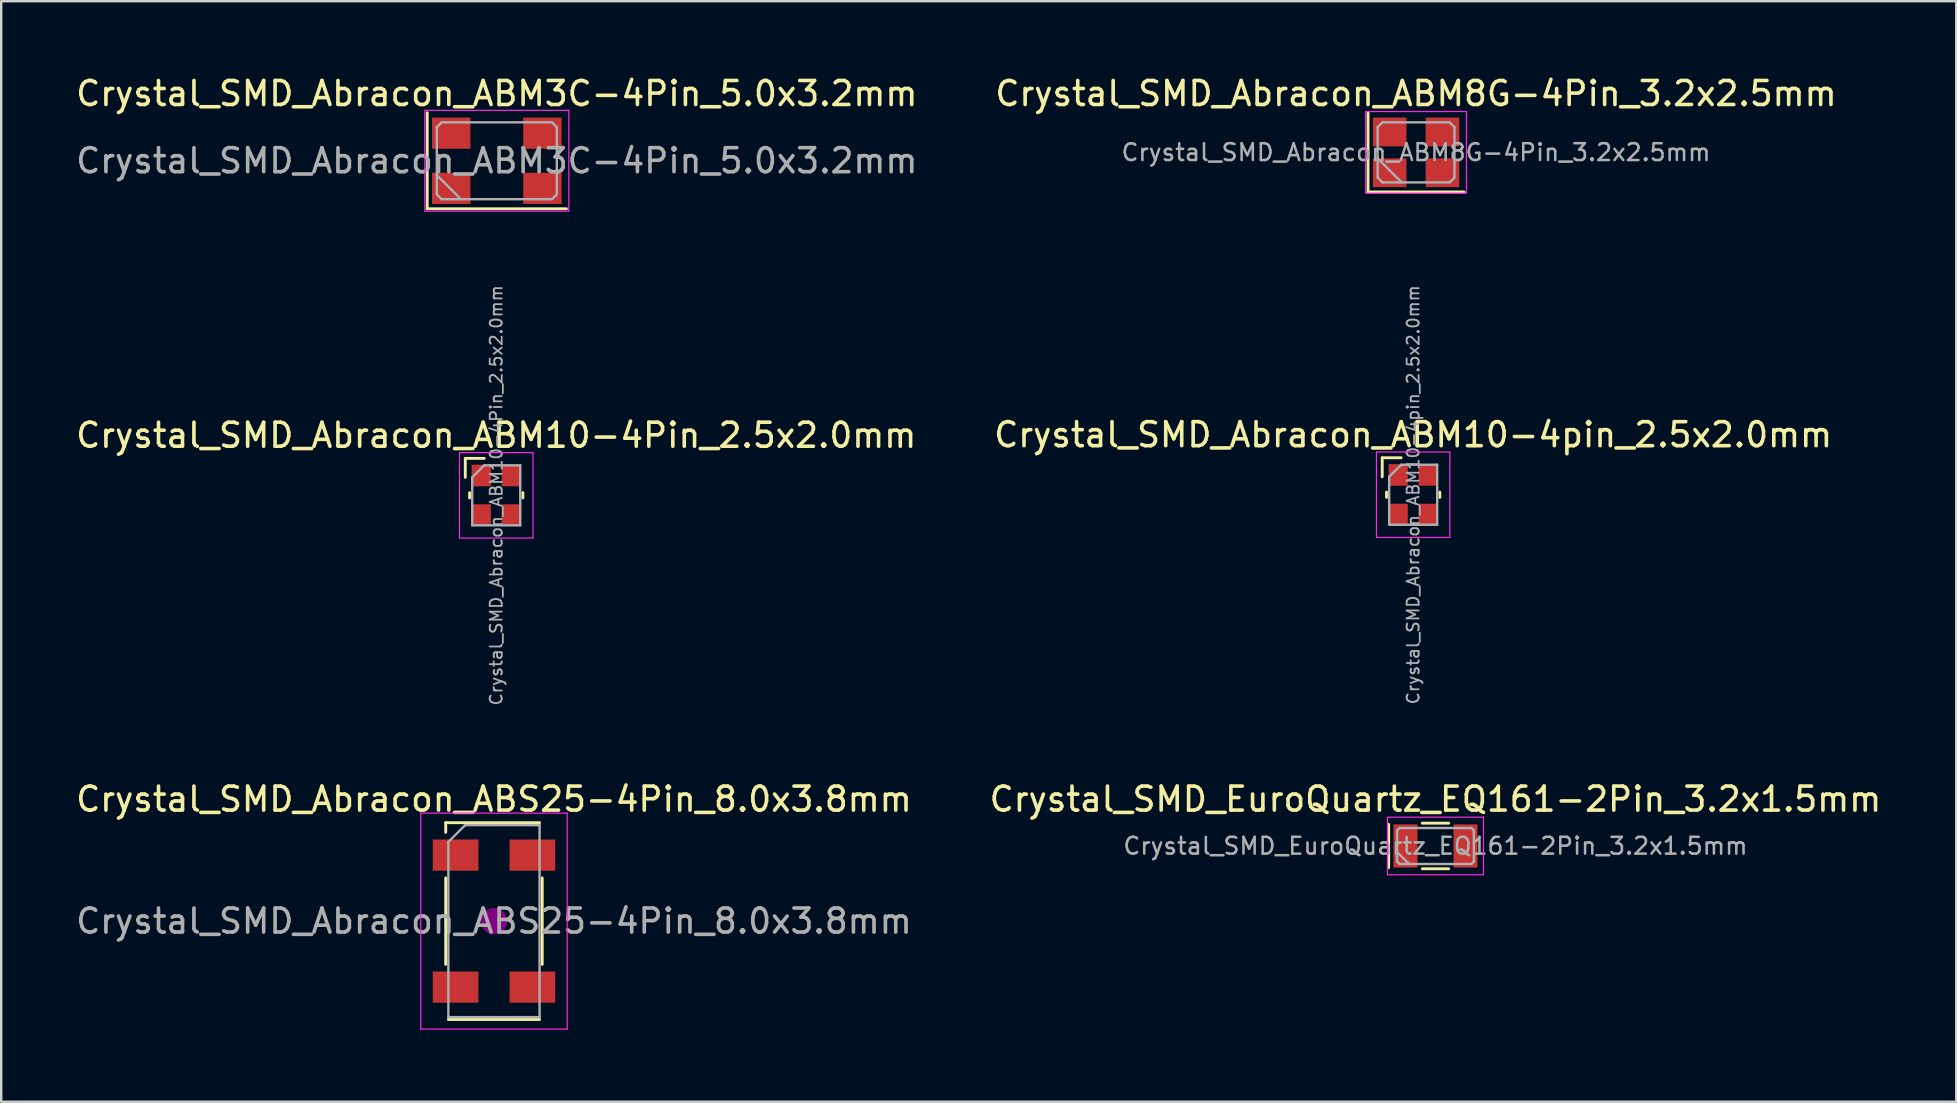
<source format=kicad_pcb>
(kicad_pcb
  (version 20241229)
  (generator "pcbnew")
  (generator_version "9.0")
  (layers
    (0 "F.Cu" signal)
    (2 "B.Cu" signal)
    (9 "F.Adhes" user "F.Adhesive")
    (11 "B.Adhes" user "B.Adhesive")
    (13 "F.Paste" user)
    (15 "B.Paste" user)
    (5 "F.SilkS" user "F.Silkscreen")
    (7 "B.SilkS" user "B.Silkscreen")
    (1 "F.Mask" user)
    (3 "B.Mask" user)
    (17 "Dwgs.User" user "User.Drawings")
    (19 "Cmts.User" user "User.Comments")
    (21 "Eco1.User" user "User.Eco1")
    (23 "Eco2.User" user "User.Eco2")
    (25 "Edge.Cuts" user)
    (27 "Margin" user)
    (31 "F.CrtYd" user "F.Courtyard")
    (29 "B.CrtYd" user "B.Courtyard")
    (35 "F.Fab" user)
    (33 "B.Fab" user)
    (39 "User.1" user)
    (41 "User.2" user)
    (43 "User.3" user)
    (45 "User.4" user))
  (footprint "Crystal_SMD_EuroQuartz_EQ161-2Pin_3.2x1.5mm"
    (layer "F.Cu")
    (at 56.756 32.196)
    (property "Reference" "Crystal_SMD_EuroQuartz_EQ161-2Pin_3.2x1.5mm" (at 0 -1.95 0) (layer "F.SilkS") (effects (font (size 1 1) (thickness 0.15))))
    (attr smd)
    (fp_line (start -1.95 -0.9) (end -1.95 0.9) (stroke (width 0.12) (type solid)) (layer "F.SilkS"))
    (fp_line (start -0.55 -0.95) (end 0.55 -0.95) (stroke (width 0.12) (type solid)) (layer "F.SilkS"))
    (fp_line (start -0.55 0.95) (end 0.55 0.95) (stroke (width 0.12) (type solid)) (layer "F.SilkS"))
    (fp_line (start -2 -1.2) (end -2 1.2) (stroke (width 0.05) (type solid)) (layer "F.CrtYd"))
    (fp_line (start -2 1.2) (end 2 1.2) (stroke (width 0.05) (type solid)) (layer "F.CrtYd"))
    (fp_line (start 2 -1.2) (end -2 -1.2) (stroke (width 0.05) (type solid)) (layer "F.CrtYd"))
    (fp_line (start 2 1.2) (end 2 -1.2) (stroke (width 0.05) (type solid)) (layer "F.CrtYd"))
    (fp_line (start -1.6 -0.65) (end -1.5 -0.75) (stroke (width 0.1) (type solid)) (layer "F.Fab"))
    (fp_line (start -1.6 0.25) (end -1.1 0.75) (stroke (width 0.1) (type solid)) (layer "F.Fab"))
    (fp_line (start -1.6 0.65) (end -1.6 -0.65) (stroke (width 0.1) (type solid)) (layer "F.Fab"))
    (fp_line (start -1.5 -0.75) (end 1.5 -0.75) (stroke (width 0.1) (type solid)) (layer "F.Fab"))
    (fp_line (start -1.5 0.75) (end -1.6 0.65) (stroke (width 0.1) (type solid)) (layer "F.Fab"))
    (fp_line (start 1.5 -0.75) (end 1.6 -0.65) (stroke (width 0.1) (type solid)) (layer "F.Fab"))
    (fp_line (start 1.5 0.75) (end -1.5 0.75) (stroke (width 0.1) (type solid)) (layer "F.Fab"))
    (fp_line (start 1.6 -0.65) (end 1.6 0.65) (stroke (width 0.1) (type solid)) (layer "F.Fab"))
    (fp_line (start 1.6 0.65) (end 1.5 0.75) (stroke (width 0.1) (type solid)) (layer "F.Fab"))
    (fp_text user "${REFERENCE}" (at 0 0 0) (layer "F.Fab") (effects (font (size 0.7 0.7) (thickness 0.105))))
    (pad "1" smd rect (at -1.25 0) (size 1 1.8) (layers "F.Cu" "F.Mask" "F.Paste"))
    (pad "2" smd rect (at 1.25 0) (size 1 1.8) (layers "F.Cu" "F.Mask" "F.Paste")))
  (footprint "Crystal_SMD_Abracon_ABS25-4Pin_8.0x3.8mm"
    (layer "F.Cu")
    (at 15.93 32.576)
    (property "Reference" "Crystal_SMD_Abracon_ABS25-4Pin_8.0x3.8mm" (at 1.6 -2.33 0) (layer "F.SilkS") (effects (font (size 1 1) (thickness 0.15))))
    (attr smd)
    (fp_line (start -0.41 -1.35) (end -0.41 -0.95) (stroke (width 0.12) (type solid)) (layer "F.SilkS"))
    (fp_line (start -0.41 0.95) (end -0.41 4.55) (stroke (width 0.12) (type solid)) (layer "F.SilkS"))
    (fp_line (start 3.5 -1.35) (end -0.41 -1.35) (stroke (width 0.12) (type solid)) (layer "F.SilkS"))
    (fp_line (start 3.5 6.85) (end -0.3 6.85) (stroke (width 0.12) (type solid)) (layer "F.SilkS"))
    (fp_line (start 3.61 0.95) (end 3.61 4.55) (stroke (width 0.12) (type solid)) (layer "F.SilkS"))
    (fp_circle (center 1.6 2.75) (end 1.6 2.867) (stroke (width 0.233) (type solid)) (fill no) (layer "F.Adhes"))
    (fp_circle (center 1.6 2.75) (end 1.6 3.017) (stroke (width 0.167) (type solid)) (fill no) (layer "F.Adhes"))
    (fp_circle (center 1.6 2.75) (end 1.6 3.167) (stroke (width 0.167) (type solid)) (fill no) (layer "F.Adhes"))
    (fp_circle (center 1.6 2.75) (end 1.6 3.25) (stroke (width 0.1) (type solid)) (fill no) (layer "F.Adhes"))
    (fp_line (start -1.45 -1.75) (end -1.45 7.25) (stroke (width 0.05) (type solid)) (layer "F.CrtYd"))
    (fp_line (start -1.45 7.25) (end 4.65 7.25) (stroke (width 0.05) (type solid)) (layer "F.CrtYd"))
    (fp_line (start 4.65 -1.75) (end -1.45 -1.75) (stroke (width 0.05) (type solid)) (layer "F.CrtYd"))
    (fp_line (start 4.65 7.25) (end 4.65 -1.75) (stroke (width 0.05) (type solid)) (layer "F.CrtYd"))
    (fp_line (start -0.3 -0.55) (end 0.4 -1.25) (stroke (width 0.1) (type solid)) (layer "F.Fab"))
    (fp_line (start -0.3 6.75) (end -0.3 -0.55) (stroke (width 0.1) (type solid)) (layer "F.Fab"))
    (fp_line (start 0.4 -1.25) (end 3.5 -1.25) (stroke (width 0.1) (type solid)) (layer "F.Fab"))
    (fp_line (start 3.5 -1.25) (end 3.5 6.75) (stroke (width 0.1) (type solid)) (layer "F.Fab"))
    (fp_line (start 3.5 6.75) (end -0.3 6.75) (stroke (width 0.1) (type solid)) (layer "F.Fab"))
    (fp_text user "${REFERENCE}" (at 1.6 2.75 0) (layer "F.Fab") (effects (font (size 1 1) (thickness 0.15))))
    (pad "1" smd rect (at 0 0 270) (size 1.3 1.9) (layers "F.Cu" "F.Mask" "F.Paste"))
    (pad "2" smd rect (at 0 5.5 270) (size 1.3 1.9) (layers "F.Cu" "F.Mask" "F.Paste"))
    (pad "3" smd rect (at 3.2 5.5 270) (size 1.3 1.9) (layers "F.Cu" "F.Mask" "F.Paste"))
    (pad "4" smd rect (at 3.2 0 270) (size 1.3 1.9) (layers "F.Cu" "F.Mask" "F.Paste")))
  (footprint "Crystal_SMD_Abracon_ABM8G-4Pin_3.2x2.5mm"
    (layer "F.Cu")
    (at 55.946 3.298)
    (property "Reference" "Crystal_SMD_Abracon_ABM8G-4Pin_3.2x2.5mm" (at 0 -2.45 0) (layer "F.SilkS") (effects (font (size 1 1) (thickness 0.15))))
    (attr smd)
    (fp_line (start -2 -1.65) (end -2 1.65) (stroke (width 0.12) (type solid)) (layer "F.SilkS"))
    (fp_line (start -2 1.65) (end 2 1.65) (stroke (width 0.12) (type solid)) (layer "F.SilkS"))
    (fp_line (start -2.1 -1.7) (end -2.1 1.7) (stroke (width 0.05) (type solid)) (layer "F.CrtYd"))
    (fp_line (start -2.1 1.7) (end 2.1 1.7) (stroke (width 0.05) (type solid)) (layer "F.CrtYd"))
    (fp_line (start 2.1 -1.7) (end -2.1 -1.7) (stroke (width 0.05) (type solid)) (layer "F.CrtYd"))
    (fp_line (start 2.1 1.7) (end 2.1 -1.7) (stroke (width 0.05) (type solid)) (layer "F.CrtYd"))
    (fp_line (start -1.6 -1.05) (end -1.4 -1.25) (stroke (width 0.1) (type solid)) (layer "F.Fab"))
    (fp_line (start -1.6 0.25) (end -0.6 1.25) (stroke (width 0.1) (type solid)) (layer "F.Fab"))
    (fp_line (start -1.6 1.05) (end -1.6 -1.05) (stroke (width 0.1) (type solid)) (layer "F.Fab"))
    (fp_line (start -1.4 -1.25) (end 1.4 -1.25) (stroke (width 0.1) (type solid)) (layer "F.Fab"))
    (fp_line (start -1.4 1.25) (end -1.6 1.05) (stroke (width 0.1) (type solid)) (layer "F.Fab"))
    (fp_line (start 1.4 -1.25) (end 1.6 -1.05) (stroke (width 0.1) (type solid)) (layer "F.Fab"))
    (fp_line (start 1.4 1.25) (end -1.4 1.25) (stroke (width 0.1) (type solid)) (layer "F.Fab"))
    (fp_line (start 1.6 -1.05) (end 1.6 1.05) (stroke (width 0.1) (type solid)) (layer "F.Fab"))
    (fp_line (start 1.6 1.05) (end 1.4 1.25) (stroke (width 0.1) (type solid)) (layer "F.Fab"))
    (fp_text user "${REFERENCE}" (at 0 0 0) (layer "F.Fab") (effects (font (size 0.7 0.7) (thickness 0.105))))
    (pad "1" smd rect (at -1.1 0.85) (size 1.4 1.2) (layers "F.Cu" "F.Mask" "F.Paste"))
    (pad "2" smd rect (at 1.1 0.85) (size 1.4 1.2) (layers "F.Cu" "F.Mask" "F.Paste"))
    (pad "3" smd rect (at 1.1 -0.85) (size 1.4 1.2) (layers "F.Cu" "F.Mask" "F.Paste"))
    (pad "4" smd rect (at -1.1 -0.85) (size 1.4 1.2) (layers "F.Cu" "F.Mask" "F.Paste")))
  (footprint "Crystal_SMD_Abracon_ABM3C-4Pin_5.0x3.2mm"
    (layer "F.Cu")
    (at 17.649 3.648)
    (property "Reference" "Crystal_SMD_Abracon_ABM3C-4Pin_5.0x3.2mm" (at 0 -2.8 0) (layer "F.SilkS") (effects (font (size 1 1) (thickness 0.15))))
    (attr smd)
    (fp_line (start -2.9 -2) (end -2.9 2) (stroke (width 0.12) (type solid)) (layer "F.SilkS"))
    (fp_line (start -2.9 2) (end 2.9 2) (stroke (width 0.12) (type solid)) (layer "F.SilkS"))
    (fp_line (start -3 -2.1) (end -3 2.1) (stroke (width 0.05) (type solid)) (layer "F.CrtYd"))
    (fp_line (start -3 2.1) (end 3 2.1) (stroke (width 0.05) (type solid)) (layer "F.CrtYd"))
    (fp_line (start 3 -2.1) (end -3 -2.1) (stroke (width 0.05) (type solid)) (layer "F.CrtYd"))
    (fp_line (start 3 2.1) (end 3 -2.1) (stroke (width 0.05) (type solid)) (layer "F.CrtYd"))
    (fp_line (start -2.5 -1.4) (end -2.3 -1.6) (stroke (width 0.1) (type solid)) (layer "F.Fab"))
    (fp_line (start -2.5 0.6) (end -1.5 1.6) (stroke (width 0.1) (type solid)) (layer "F.Fab"))
    (fp_line (start -2.5 1.4) (end -2.5 -1.4) (stroke (width 0.1) (type solid)) (layer "F.Fab"))
    (fp_line (start -2.3 -1.6) (end 2.3 -1.6) (stroke (width 0.1) (type solid)) (layer "F.Fab"))
    (fp_line (start -2.3 1.6) (end -2.5 1.4) (stroke (width 0.1) (type solid)) (layer "F.Fab"))
    (fp_line (start 2.3 -1.6) (end 2.5 -1.4) (stroke (width 0.1) (type solid)) (layer "F.Fab"))
    (fp_line (start 2.3 1.6) (end -2.3 1.6) (stroke (width 0.1) (type solid)) (layer "F.Fab"))
    (fp_line (start 2.5 -1.4) (end 2.5 1.4) (stroke (width 0.1) (type solid)) (layer "F.Fab"))
    (fp_line (start 2.5 1.4) (end 2.3 1.6) (stroke (width 0.1) (type solid)) (layer "F.Fab"))
    (fp_text user "${REFERENCE}" (at 0 0 0) (layer "F.Fab") (effects (font (size 1 1) (thickness 0.15))))
    (pad "1" smd rect (at -1.9 1.15) (size 1.6 1.3) (layers "F.Cu" "F.Mask" "F.Paste"))
    (pad "2" smd rect (at 1.9 1.15) (size 1.6 1.3) (layers "F.Cu" "F.Mask" "F.Paste"))
    (pad "3" smd rect (at 1.9 -1.15) (size 1.6 1.3) (layers "F.Cu" "F.Mask" "F.Paste"))
    (pad "4" smd rect (at -1.9 -1.15) (size 1.6 1.3) (layers "F.Cu" "F.Mask" "F.Paste")))
  (footprint "Crystal_SMD_Abracon_ABM10-4Pin_2.5x2.0mm"
    (layer "F.Cu")
    (at 17.625 17.586)
    (property "Reference" "Crystal_SMD_Abracon_ABM10-4Pin_2.5x2.0mm" (at 0 -2.5 0) (layer "F.SilkS") (effects (font (size 1 1) (thickness 0.15))))
    (attr smd)
    (fp_line (start -1.29 -0.75) (end -1.29 -1.54) (stroke (width 0.12) (type solid)) (layer "F.SilkS"))
    (fp_line (start -1.11 -0.11) (end -1.11 0.11) (stroke (width 0.12) (type solid)) (layer "F.SilkS"))
    (fp_line (start -0.5 -1.54) (end -1.29 -1.54) (stroke (width 0.12) (type solid)) (layer "F.SilkS"))
    (fp_line (start 1.11 -0.11) (end 1.11 0.11) (stroke (width 0.12) (type solid)) (layer "F.SilkS"))
    (fp_line (start -1.53 -1.78) (end -1.53 1.78) (stroke (width 0.05) (type solid)) (layer "F.CrtYd"))
    (fp_line (start -1.53 1.78) (end 1.53 1.78) (stroke (width 0.05) (type solid)) (layer "F.CrtYd"))
    (fp_line (start 1.53 -1.78) (end -1.53 -1.78) (stroke (width 0.05) (type solid)) (layer "F.CrtYd"))
    (fp_line (start 1.53 -1.78) (end 1.53 1.78) (stroke (width 0.05) (type solid)) (layer "F.CrtYd"))
    (fp_line (start -1 -0.75) (end -1 1.25) (stroke (width 0.1) (type solid)) (layer "F.Fab"))
    (fp_line (start -1 1.25) (end 1 1.25) (stroke (width 0.1) (type solid)) (layer "F.Fab"))
    (fp_line (start -0.5 -1.25) (end -1 -0.75) (stroke (width 0.1) (type solid)) (layer "F.Fab"))
    (fp_line (start -0.5 -1.25) (end 1 -1.25) (stroke (width 0.1) (type solid)) (layer "F.Fab"))
    (fp_line (start 1 -1.25) (end 1 1.25) (stroke (width 0.1) (type solid)) (layer "F.Fab"))
    (fp_text user "${REFERENCE}" (at 0 0 90) (layer "F.Fab") (effects (font (size 0.5 0.5) (thickness 0.075))))
    (pad "1" smd rect (at -0.625 -0.825) (size 0.8 0.9) (layers "F.Cu" "F.Mask" "F.Paste"))
    (pad "2" smd rect (at -0.625 0.825) (size 0.8 0.9) (layers "F.Cu" "F.Mask" "F.Paste"))
    (pad "3" smd rect (at 0.625 0.825) (size 0.8 0.9) (layers "F.Cu" "F.Mask" "F.Paste"))
    (pad "4" smd rect (at 0.625 -0.825) (size 0.8 0.9) (layers "F.Cu" "F.Mask" "F.Paste")))
  (footprint "Crystal_SMD_Abracon_ABM10-4pin_2.5x2.0mm"
    (layer "F.Cu")
    (at 55.827 17.562)
    (property "Reference" "Crystal_SMD_Abracon_ABM10-4pin_2.5x2.0mm" (at 0 -2.5 0) (layer "F.SilkS") (effects (font (size 1 1) (thickness 0.15))))
    (attr smd)
    (fp_line (start -1.29 -0.75) (end -1.29 -1.54) (stroke (width 0.12) (type solid)) (layer "F.SilkS"))
    (fp_line (start -1.11 -0.11) (end -1.11 0.11) (stroke (width 0.12) (type solid)) (layer "F.SilkS"))
    (fp_line (start -0.5 -1.54) (end -1.29 -1.54) (stroke (width 0.12) (type solid)) (layer "F.SilkS"))
    (fp_line (start 1.11 -0.11) (end 1.11 0.11) (stroke (width 0.12) (type solid)) (layer "F.SilkS"))
    (fp_line (start -1.53 -1.78) (end -1.53 1.78) (stroke (width 0.05) (type solid)) (layer "F.CrtYd"))
    (fp_line (start -1.53 1.78) (end 1.53 1.78) (stroke (width 0.05) (type solid)) (layer "F.CrtYd"))
    (fp_line (start 1.53 -1.78) (end -1.53 -1.78) (stroke (width 0.05) (type solid)) (layer "F.CrtYd"))
    (fp_line (start 1.53 -1.78) (end 1.53 1.78) (stroke (width 0.05) (type solid)) (layer "F.CrtYd"))
    (fp_line (start -1 -0.75) (end -1 1.25) (stroke (width 0.1) (type solid)) (layer "F.Fab"))
    (fp_line (start -1 1.25) (end 1 1.25) (stroke (width 0.1) (type solid)) (layer "F.Fab"))
    (fp_line (start -0.5 -1.25) (end -1 -0.75) (stroke (width 0.1) (type solid)) (layer "F.Fab"))
    (fp_line (start -0.5 -1.25) (end 1 -1.25) (stroke (width 0.1) (type solid)) (layer "F.Fab"))
    (fp_line (start 1 -1.25) (end 1 1.25) (stroke (width 0.1) (type solid)) (layer "F.Fab"))
    (fp_text user "${REFERENCE}" (at 0 0 90) (layer "F.Fab") (effects (font (size 0.5 0.5) (thickness 0.075))))
    (pad "1" smd rect (at -0.625 -0.825) (size 0.8 0.9) (layers "F.Cu" "F.Mask" "F.Paste"))
    (pad "2" smd rect (at -0.625 0.825) (size 0.8 0.9) (layers "F.Cu" "F.Mask" "F.Paste"))
    (pad "3" smd rect (at 0.625 0.825) (size 0.8 0.9) (layers "F.Cu" "F.Mask" "F.Paste"))
    (pad "4" smd rect (at 0.625 -0.825) (size 0.8 0.9) (layers "F.Cu" "F.Mask" "F.Paste")))
  (gr_rect
    (start -3 -3)
    (end 78.452 42.851)
    (stroke (width 0.1) (type default))
    (fill no)
    (layer "Edge.Cuts")))
</source>
